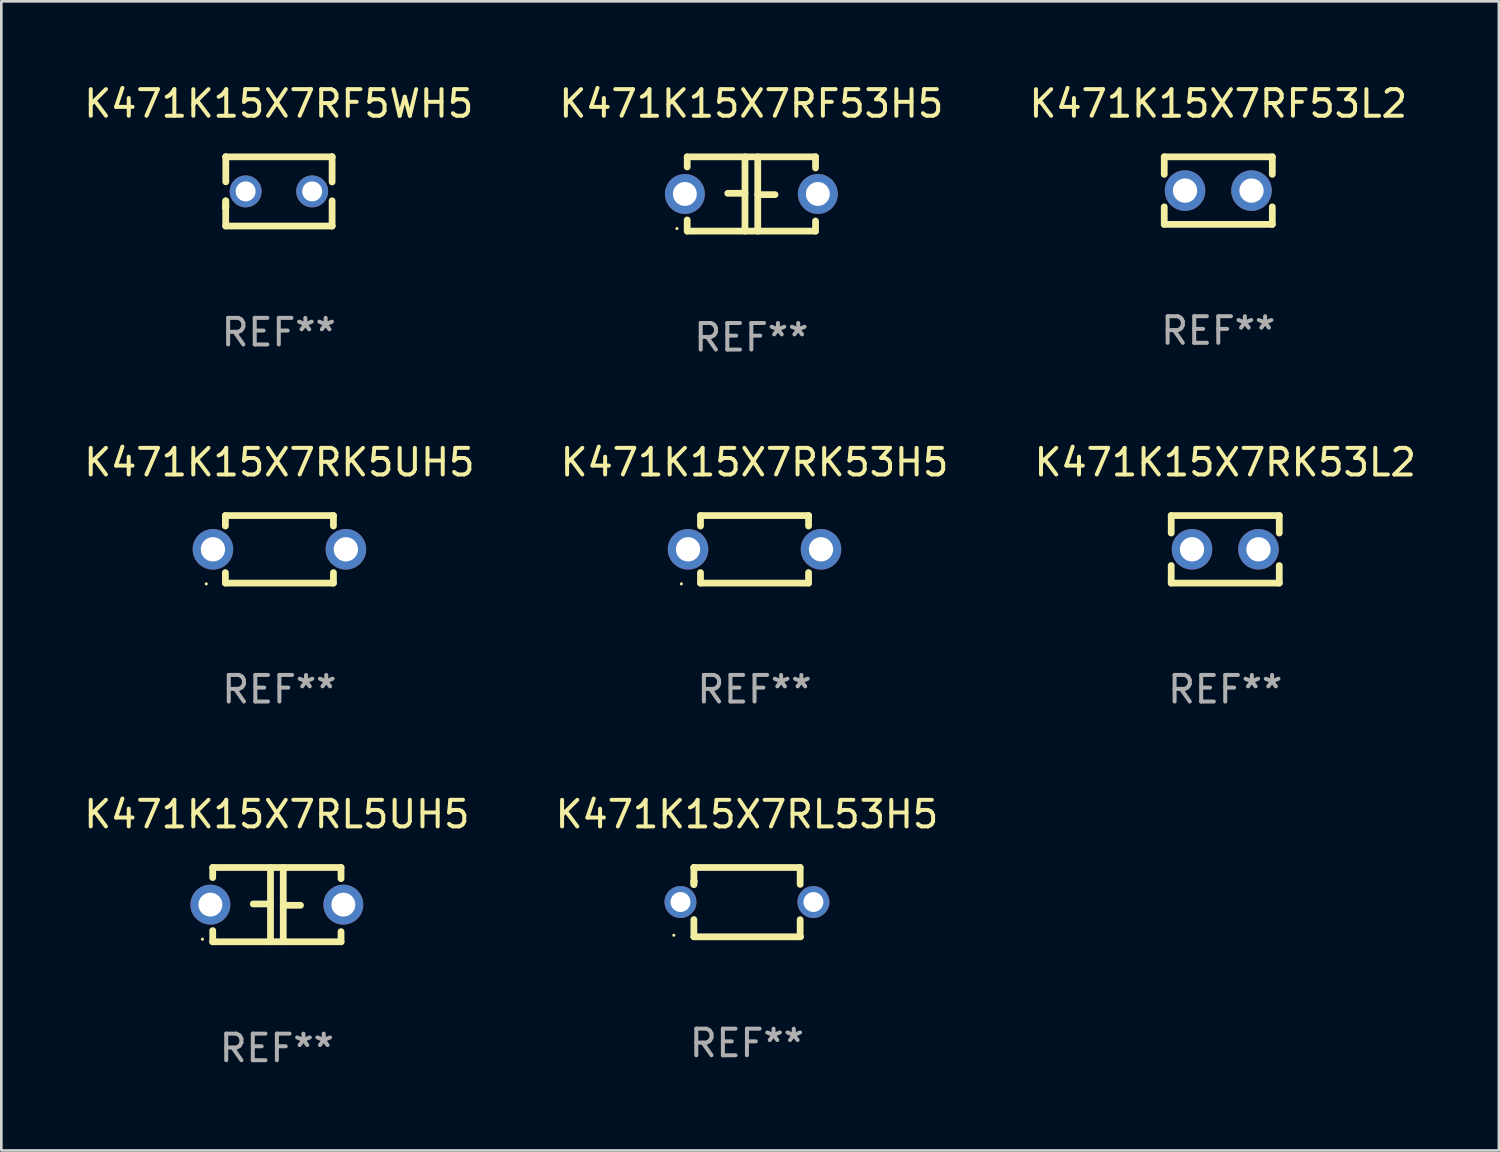
<source format=kicad_pcb>
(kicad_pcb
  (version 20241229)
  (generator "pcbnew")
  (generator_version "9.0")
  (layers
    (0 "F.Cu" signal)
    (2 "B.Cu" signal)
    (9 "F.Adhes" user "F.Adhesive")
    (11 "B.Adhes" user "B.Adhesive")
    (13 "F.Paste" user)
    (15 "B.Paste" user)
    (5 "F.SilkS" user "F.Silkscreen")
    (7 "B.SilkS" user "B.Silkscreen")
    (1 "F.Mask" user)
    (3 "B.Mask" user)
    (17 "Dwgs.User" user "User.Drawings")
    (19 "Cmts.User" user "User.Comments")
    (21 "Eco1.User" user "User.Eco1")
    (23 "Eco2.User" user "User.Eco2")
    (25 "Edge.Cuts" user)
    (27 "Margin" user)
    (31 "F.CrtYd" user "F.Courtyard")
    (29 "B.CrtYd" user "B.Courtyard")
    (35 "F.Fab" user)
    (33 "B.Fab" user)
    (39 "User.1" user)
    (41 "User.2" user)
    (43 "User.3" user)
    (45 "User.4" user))
  (footprint "K471K15X7RF53L2"
    (layer "F.Cu")
    (at 42.768 4.118)
    (property "Reference" "K471K15X7RF53L2" (at 0 -3.27 0) (layer "F.SilkS") (effects (font (size 1 1) (thickness 0.15))))
    (attr through_hole)
    (fp_line (start -2.032 -1.27) (end -2.032 -0.611) (stroke (width 0.254) (type solid)) (layer "F.SilkS"))
    (fp_line (start -2.032 0.611) (end -2.032 1.27) (stroke (width 0.254) (type solid)) (layer "F.SilkS"))
    (fp_line (start -2.032 1.27) (end 2.032 1.27) (stroke (width 0.254) (type solid)) (layer "F.SilkS"))
    (fp_line (start 2.032 -1.27) (end -2.032 -1.27) (stroke (width 0.254) (type solid)) (layer "F.SilkS"))
    (fp_line (start 2.032 -0.611) (end 2.032 -1.27) (stroke (width 0.254) (type solid)) (layer "F.SilkS"))
    (fp_line (start 2.032 1.27) (end 2.032 0.611) (stroke (width 0.254) (type solid)) (layer "F.SilkS"))
    (fp_circle (center -2 1.3) (end -1.97 1.3) (stroke (width 0.06) (type solid)) (fill no) (layer "F.SilkS"))
    (fp_text user "REF**" (at 0 5.27 0) (layer "F.Fab") (effects (font (size 1 1) (thickness 0.15))))
    (pad "1" thru_hole circle (at -1.25 0) (size 1.524 1.524) (drill 0.914) (layers "*.Cu" "*.Mask"))
    (pad "2" thru_hole circle (at 1.25 0) (size 1.524 1.524) (drill 0.914) (layers "*.Cu" "*.Mask")))
  (footprint "K471K15X7RK53H5"
    (layer "F.Cu")
    (at 25.327 17.609)
    (property "Reference" "K471K15X7RK53H5" (at 0 -3.27 0) (layer "F.SilkS") (effects (font (size 1 1) (thickness 0.15))))
    (attr through_hole)
    (fp_line (start -2.032 -1.27) (end -2.032 -0.876) (stroke (width 0.254) (type solid)) (layer "F.SilkS"))
    (fp_line (start -2.032 0.876) (end -2.032 1.27) (stroke (width 0.254) (type solid)) (layer "F.SilkS"))
    (fp_line (start -2.032 1.27) (end 2.032 1.27) (stroke (width 0.254) (type solid)) (layer "F.SilkS"))
    (fp_line (start 2.032 -1.27) (end -2.032 -1.27) (stroke (width 0.254) (type solid)) (layer "F.SilkS"))
    (fp_line (start 2.032 -0.876) (end 2.032 -1.27) (stroke (width 0.254) (type solid)) (layer "F.SilkS"))
    (fp_line (start 2.032 1.27) (end 2.032 0.876) (stroke (width 0.254) (type solid)) (layer "F.SilkS"))
    (fp_circle (center -2.751 1.3) (end -2.721 1.3) (stroke (width 0.06) (type solid)) (fill no) (layer "F.SilkS"))
    (fp_text user "REF**" (at 0 5.27 0) (layer "F.Fab") (effects (font (size 1 1) (thickness 0.15))))
    (pad "1" thru_hole circle (at -2.5 0) (size 1.524 1.524) (drill 0.914) (layers "*.Cu" "*.Mask"))
    (pad "2" thru_hole circle (at 2.5 0) (size 1.524 1.524) (drill 0.914) (layers "*.Cu" "*.Mask")))
  (footprint "K471K15X7RF5WH5"
    (layer "F.Cu")
    (at 7.435 4.149)
    (property "Reference" "K471K15X7RF5WH5" (at 0 -3.301 0) (layer "F.SilkS") (effects (font (size 1 1) (thickness 0.15))))
    (attr through_hole)
    (fp_line (start -1.996 0.354) (end -1.996 1.301) (stroke (width 0.254) (type solid)) (layer "F.SilkS"))
    (fp_line (start -1.996 1.301) (end 2.002 1.301) (stroke (width 0.254) (type solid)) (layer "F.SilkS"))
    (fp_line (start -1.993 -1.299) (end -1.993 -0.36) (stroke (width 0.254) (type solid)) (layer "F.SilkS"))
    (fp_line (start -1.993 0.358) (end -1.993 0.599) (stroke (width 0.254) (type solid)) (layer "F.SilkS"))
    (fp_line (start -1.993 0.599) (end -2.005 0.61) (stroke (width 0.254) (type solid)) (layer "F.SilkS"))
    (fp_line (start -1.992 -1.301) (end -1.993 -1.299) (stroke (width 0.254) (type solid)) (layer "F.SilkS"))
    (fp_line (start 2.002 1.301) (end 2.005 1.298) (stroke (width 0.254) (type solid)) (layer "F.SilkS"))
    (fp_line (start 2.003 -1.301) (end -1.992 -1.301) (stroke (width 0.254) (type solid)) (layer "F.SilkS"))
    (fp_line (start 2.005 -1.299) (end 2.003 -1.301) (stroke (width 0.254) (type solid)) (layer "F.SilkS"))
    (fp_line (start 2.005 -0.355) (end 2.005 -1.299) (stroke (width 0.254) (type solid)) (layer "F.SilkS"))
    (fp_line (start 2.005 1.298) (end 2.005 0.352) (stroke (width 0.254) (type solid)) (layer "F.SilkS"))
    (fp_circle (center -1.996 1.299) (end -1.966 1.299) (stroke (width 0.06) (type solid)) (fill no) (layer "F.SilkS"))
    (fp_text user "REF**" (at 0 5.301 0) (layer "F.Fab") (effects (font (size 1 1) (thickness 0.15))))
    (pad "1" thru_hole circle (at -1.246 -0.001) (size 1.2 1.2) (drill 0.75) (layers "*.Cu" "*.Mask"))
    (pad "2" thru_hole circle (at 1.255 -0.001) (size 1.2 1.2) (drill 0.75) (layers "*.Cu" "*.Mask")))
  (footprint "K471K15X7RF53H5"
    (layer "F.Cu")
    (at 25.208 4.245)
    (property "Reference" "K471K15X7RF53H5" (at 0 -3.397 0) (layer "F.SilkS") (effects (font (size 1 1) (thickness 0.15))))
    (attr through_hole)
    (fp_line (start -2.413 -1.397) (end 2.413 -1.397) (stroke (width 0.254) (type solid)) (layer "F.SilkS"))
    (fp_line (start -2.413 -1.016) (end -2.413 -1.397) (stroke (width 0.254) (type solid)) (layer "F.SilkS"))
    (fp_line (start -2.413 0.977) (end -2.413 1.397) (stroke (width 0.254) (type solid)) (layer "F.SilkS"))
    (fp_line (start -0.24 -0.025) (end -0.889 -0.025) (stroke (width 0.254) (type solid)) (layer "F.SilkS"))
    (fp_line (start -0.24 1.397) (end -0.24 -1.397) (stroke (width 0.254) (type solid)) (layer "F.SilkS"))
    (fp_line (start 0.24 -1.397) (end 0.24 1.397) (stroke (width 0.254) (type solid)) (layer "F.SilkS"))
    (fp_line (start 0.24 0.025) (end 0.889 0.025) (stroke (width 0.254) (type solid)) (layer "F.SilkS"))
    (fp_line (start 2.413 -0.977) (end 2.413 -1.397) (stroke (width 0.254) (type solid)) (layer "F.SilkS"))
    (fp_line (start 2.413 1.016) (end 2.413 1.397) (stroke (width 0.254) (type solid)) (layer "F.SilkS"))
    (fp_line (start 2.413 1.397) (end -2.413 1.397) (stroke (width 0.254) (type solid)) (layer "F.SilkS"))
    (fp_circle (center -2.8 1.3) (end -2.77 1.3) (stroke (width 0.06) (type solid)) (fill no) (layer "F.SilkS"))
    (fp_text user "REF**" (at 0 5.397 0) (layer "F.Fab") (effects (font (size 1 1) (thickness 0.15))))
    (pad "1" thru_hole circle (at -2.5 0) (size 1.5 1.5) (drill 0.9) (layers "*.Cu" "*.Mask"))
    (pad "2" thru_hole circle (at 2.5 0) (size 1.5 1.5) (drill 0.9) (layers "*.Cu" "*.Mask")))
  (footprint "K471K15X7RK5UH5"
    (layer "F.Cu")
    (at 7.458 17.609)
    (property "Reference" "K471K15X7RK5UH5" (at 0 -3.27 0) (layer "F.SilkS") (effects (font (size 1 1) (thickness 0.15))))
    (attr through_hole)
    (fp_line (start -2.032 -1.27) (end -2.032 -0.876) (stroke (width 0.254) (type solid)) (layer "F.SilkS"))
    (fp_line (start -2.032 0.876) (end -2.032 1.27) (stroke (width 0.254) (type solid)) (layer "F.SilkS"))
    (fp_line (start -2.032 1.27) (end 2.032 1.27) (stroke (width 0.254) (type solid)) (layer "F.SilkS"))
    (fp_line (start 2.032 -1.27) (end -2.032 -1.27) (stroke (width 0.254) (type solid)) (layer "F.SilkS"))
    (fp_line (start 2.032 -0.876) (end 2.032 -1.27) (stroke (width 0.254) (type solid)) (layer "F.SilkS"))
    (fp_line (start 2.032 1.27) (end 2.032 0.876) (stroke (width 0.254) (type solid)) (layer "F.SilkS"))
    (fp_circle (center -2.751 1.3) (end -2.721 1.3) (stroke (width 0.06) (type solid)) (fill no) (layer "F.SilkS"))
    (fp_text user "REF**" (at 0 5.27 0) (layer "F.Fab") (effects (font (size 1 1) (thickness 0.15))))
    (pad "1" thru_hole circle (at -2.5 0) (size 1.524 1.524) (drill 0.914) (layers "*.Cu" "*.Mask"))
    (pad "2" thru_hole circle (at 2.5 0) (size 1.524 1.524) (drill 0.914) (layers "*.Cu" "*.Mask")))
  (footprint "K471K15X7RL53H5"
    (layer "F.Cu")
    (at 25.042 30.879)
    (property "Reference" "K471K15X7RL53H5" (at 0 -3.303 0) (layer "F.SilkS") (effects (font (size 1 1) (thickness 0.15))))
    (attr through_hole)
    (fp_line (start -1.996 -0.782) (end -1.983 -0.795) (stroke (width 0.254) (type solid)) (layer "F.SilkS"))
    (fp_line (start -1.996 -0.665) (end -1.996 -0.782) (stroke (width 0.254) (type solid)) (layer "F.SilkS"))
    (fp_line (start -1.996 1.297) (end -1.996 0.655) (stroke (width 0.254) (type solid)) (layer "F.SilkS"))
    (fp_line (start -1.996 -1.303) (end 2.001 -1.303) (stroke (width 0.254) (type solid)) (layer "F.SilkS"))
    (fp_line (start -1.995 -1.303) (end -1.996 -1.303) (stroke (width 0.254) (type solid)) (layer "F.SilkS"))
    (fp_line (start -1.995 -0.664) (end -1.995 -1.303) (stroke (width 0.254) (type solid)) (layer "F.SilkS"))
    (fp_line (start -1.99 1.303) (end -1.996 1.297) (stroke (width 0.254) (type solid)) (layer "F.SilkS"))
    (fp_line (start 2.001 -1.303) (end 2.001 -0.669) (stroke (width 0.254) (type solid)) (layer "F.SilkS"))
    (fp_line (start 2.001 0.659) (end 2.001 1.297) (stroke (width 0.254) (type solid)) (layer "F.SilkS"))
    (fp_line (start 2.001 1.297) (end 2.008 1.303) (stroke (width 0.254) (type solid)) (layer "F.SilkS"))
    (fp_line (start 2.008 1.303) (end -1.99 1.303) (stroke (width 0.254) (type solid)) (layer "F.SilkS"))
    (fp_circle (center -2.75 1.245) (end -2.72 1.245) (stroke (width 0.06) (type solid)) (fill no) (layer "F.SilkS"))
    (fp_text user "REF**" (at 0 5.303 0) (layer "F.Fab") (effects (font (size 1 1) (thickness 0.15))))
    (pad "1" thru_hole circle (at -2.5 -0.005) (size 1.2 1.2) (drill 0.75) (layers "*.Cu" "*.Mask"))
    (pad "2" thru_hole circle (at 2.5 -0.005) (size 1.2 1.2) (drill 0.75) (layers "*.Cu" "*.Mask")))
  (footprint "K471K15X7RK53L2"
    (layer "F.Cu")
    (at 43.03 17.609)
    (property "Reference" "K471K15X7RK53L2" (at 0 -3.27 0) (layer "F.SilkS") (effects (font (size 1 1) (thickness 0.15))))
    (attr through_hole)
    (fp_line (start -2.032 -1.27) (end -2.032 -0.611) (stroke (width 0.254) (type solid)) (layer "F.SilkS"))
    (fp_line (start -2.032 0.611) (end -2.032 1.27) (stroke (width 0.254) (type solid)) (layer "F.SilkS"))
    (fp_line (start -2.032 1.27) (end 2.032 1.27) (stroke (width 0.254) (type solid)) (layer "F.SilkS"))
    (fp_line (start 2.032 -1.27) (end -2.032 -1.27) (stroke (width 0.254) (type solid)) (layer "F.SilkS"))
    (fp_line (start 2.032 -0.611) (end 2.032 -1.27) (stroke (width 0.254) (type solid)) (layer "F.SilkS"))
    (fp_line (start 2.032 1.27) (end 2.032 0.611) (stroke (width 0.254) (type solid)) (layer "F.SilkS"))
    (fp_circle (center -2 1.3) (end -1.97 1.3) (stroke (width 0.06) (type solid)) (fill no) (layer "F.SilkS"))
    (fp_text user "REF**" (at 0 5.27 0) (layer "F.Fab") (effects (font (size 1 1) (thickness 0.15))))
    (pad "1" thru_hole circle (at -1.25 0) (size 1.524 1.524) (drill 0.914) (layers "*.Cu" "*.Mask"))
    (pad "2" thru_hole circle (at 1.25 0) (size 1.524 1.524) (drill 0.914) (layers "*.Cu" "*.Mask")))
  (footprint "K471K15X7RL5UH5"
    (layer "F.Cu")
    (at 7.363 30.972)
    (property "Reference" "K471K15X7RL5UH5" (at 0 -3.397 0) (layer "F.SilkS") (effects (font (size 1 1) (thickness 0.15))))
    (attr through_hole)
    (fp_line (start -2.413 -1.397) (end 2.413 -1.397) (stroke (width 0.254) (type solid)) (layer "F.SilkS"))
    (fp_line (start -2.413 -1.016) (end -2.413 -1.397) (stroke (width 0.254) (type solid)) (layer "F.SilkS"))
    (fp_line (start -2.413 0.977) (end -2.413 1.397) (stroke (width 0.254) (type solid)) (layer "F.SilkS"))
    (fp_line (start -0.24 -0.025) (end -0.889 -0.025) (stroke (width 0.254) (type solid)) (layer "F.SilkS"))
    (fp_line (start -0.24 1.397) (end -0.24 -1.397) (stroke (width 0.254) (type solid)) (layer "F.SilkS"))
    (fp_line (start 0.24 -1.397) (end 0.24 1.397) (stroke (width 0.254) (type solid)) (layer "F.SilkS"))
    (fp_line (start 0.24 0.025) (end 0.889 0.025) (stroke (width 0.254) (type solid)) (layer "F.SilkS"))
    (fp_line (start 2.413 -0.977) (end 2.413 -1.397) (stroke (width 0.254) (type solid)) (layer "F.SilkS"))
    (fp_line (start 2.413 1.016) (end 2.413 1.397) (stroke (width 0.254) (type solid)) (layer "F.SilkS"))
    (fp_line (start 2.413 1.397) (end -2.413 1.397) (stroke (width 0.254) (type solid)) (layer "F.SilkS"))
    (fp_circle (center -2.8 1.3) (end -2.77 1.3) (stroke (width 0.06) (type solid)) (fill no) (layer "F.SilkS"))
    (fp_text user "REF**" (at 0 5.397 0) (layer "F.Fab") (effects (font (size 1 1) (thickness 0.15))))
    (pad "1" thru_hole circle (at -2.5 0) (size 1.5 1.5) (drill 0.9) (layers "*.Cu" "*.Mask"))
    (pad "2" thru_hole circle (at 2.5 0) (size 1.5 1.5) (drill 0.9) (layers "*.Cu" "*.Mask")))
  (gr_rect
    (start -3 -3)
    (end 53.321 40.218)
    (stroke (width 0.1) (type default))
    (fill no)
    (layer "Edge.Cuts")))
</source>
